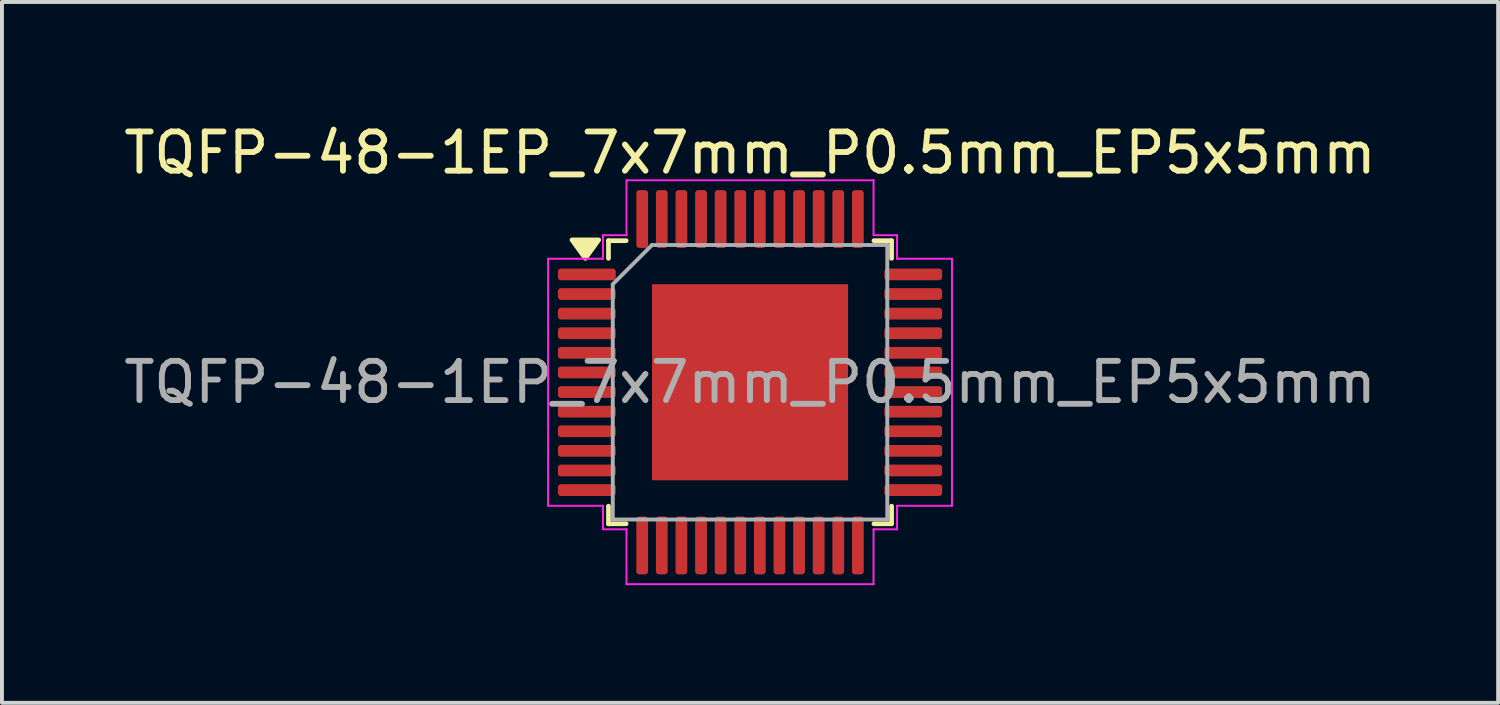
<source format=kicad_pcb>
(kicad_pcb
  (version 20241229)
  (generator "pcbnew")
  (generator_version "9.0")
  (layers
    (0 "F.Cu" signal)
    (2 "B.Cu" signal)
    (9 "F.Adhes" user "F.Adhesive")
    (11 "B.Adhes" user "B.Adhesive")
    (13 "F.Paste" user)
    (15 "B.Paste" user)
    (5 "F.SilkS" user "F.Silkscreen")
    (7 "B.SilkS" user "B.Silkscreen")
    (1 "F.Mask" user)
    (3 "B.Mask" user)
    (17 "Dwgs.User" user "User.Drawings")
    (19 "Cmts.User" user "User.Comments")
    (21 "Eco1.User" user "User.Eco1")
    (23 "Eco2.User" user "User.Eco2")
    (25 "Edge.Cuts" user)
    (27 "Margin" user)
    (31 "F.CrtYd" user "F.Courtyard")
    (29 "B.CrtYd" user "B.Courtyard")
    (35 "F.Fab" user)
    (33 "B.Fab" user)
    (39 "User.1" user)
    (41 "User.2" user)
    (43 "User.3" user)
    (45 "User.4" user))
  (footprint "TQFP-48-1EP_7x7mm_P0.5mm_EP5x5mm"
    (layer "F.Cu")
    (at 16.077 6.698)
    (property "Reference" "TQFP-48-1EP_7x7mm_P0.5mm_EP5x5mm" (at 0 -5.85 0) (layer "F.SilkS") (effects (font (size 1 1) (thickness 0.15))))
    (attr smd)
    (fp_line (start -3.61 -3.61) (end -3.61 -3.16) (stroke (width 0.12) (type solid)) (layer "F.SilkS"))
    (fp_line (start -3.61 3.61) (end -3.61 3.16) (stroke (width 0.12) (type solid)) (layer "F.SilkS"))
    (fp_line (start -3.16 -3.61) (end -3.61 -3.61) (stroke (width 0.12) (type solid)) (layer "F.SilkS"))
    (fp_line (start -3.16 3.61) (end -3.61 3.61) (stroke (width 0.12) (type solid)) (layer "F.SilkS"))
    (fp_line (start 3.16 -3.61) (end 3.61 -3.61) (stroke (width 0.12) (type solid)) (layer "F.SilkS"))
    (fp_line (start 3.16 3.61) (end 3.61 3.61) (stroke (width 0.12) (type solid)) (layer "F.SilkS"))
    (fp_line (start 3.61 -3.61) (end 3.61 -3.16) (stroke (width 0.12) (type solid)) (layer "F.SilkS"))
    (fp_line (start 3.61 3.61) (end 3.61 3.16) (stroke (width 0.12) (type solid)) (layer "F.SilkS"))
    (fp_poly (pts (xy -4.2 -3.16) (xy -4.54 -3.63) (xy -3.86 -3.63)) (stroke (width 0.12) (type solid)) (fill yes) (layer "F.SilkS"))
    (fp_line (start -5.15 -3.15) (end -3.75 -3.15) (stroke (width 0.05) (type solid)) (layer "F.CrtYd"))
    (fp_line (start -5.15 3.15) (end -5.15 -3.15) (stroke (width 0.05) (type solid)) (layer "F.CrtYd"))
    (fp_line (start -3.75 -3.75) (end -3.15 -3.75) (stroke (width 0.05) (type solid)) (layer "F.CrtYd"))
    (fp_line (start -3.75 -3.15) (end -3.75 -3.75) (stroke (width 0.05) (type solid)) (layer "F.CrtYd"))
    (fp_line (start -3.75 3.15) (end -5.15 3.15) (stroke (width 0.05) (type solid)) (layer "F.CrtYd"))
    (fp_line (start -3.75 3.75) (end -3.75 3.15) (stroke (width 0.05) (type solid)) (layer "F.CrtYd"))
    (fp_line (start -3.15 -5.15) (end 3.15 -5.15) (stroke (width 0.05) (type solid)) (layer "F.CrtYd"))
    (fp_line (start -3.15 -3.75) (end -3.15 -5.15) (stroke (width 0.05) (type solid)) (layer "F.CrtYd"))
    (fp_line (start -3.15 3.75) (end -3.75 3.75) (stroke (width 0.05) (type solid)) (layer "F.CrtYd"))
    (fp_line (start -3.15 5.15) (end -3.15 3.75) (stroke (width 0.05) (type solid)) (layer "F.CrtYd"))
    (fp_line (start 3.15 -5.15) (end 3.15 -3.75) (stroke (width 0.05) (type solid)) (layer "F.CrtYd"))
    (fp_line (start 3.15 -3.75) (end 3.75 -3.75) (stroke (width 0.05) (type solid)) (layer "F.CrtYd"))
    (fp_line (start 3.15 3.75) (end 3.15 5.15) (stroke (width 0.05) (type solid)) (layer "F.CrtYd"))
    (fp_line (start 3.15 5.15) (end -3.15 5.15) (stroke (width 0.05) (type solid)) (layer "F.CrtYd"))
    (fp_line (start 3.75 -3.75) (end 3.75 -3.15) (stroke (width 0.05) (type solid)) (layer "F.CrtYd"))
    (fp_line (start 3.75 -3.15) (end 5.15 -3.15) (stroke (width 0.05) (type solid)) (layer "F.CrtYd"))
    (fp_line (start 3.75 3.15) (end 3.75 3.75) (stroke (width 0.05) (type solid)) (layer "F.CrtYd"))
    (fp_line (start 3.75 3.75) (end 3.15 3.75) (stroke (width 0.05) (type solid)) (layer "F.CrtYd"))
    (fp_line (start 5.15 -3.15) (end 5.15 3.15) (stroke (width 0.05) (type solid)) (layer "F.CrtYd"))
    (fp_line (start 5.15 3.15) (end 3.75 3.15) (stroke (width 0.05) (type solid)) (layer "F.CrtYd"))
    (fp_line (start -3.5 -2.5) (end -2.5 -3.5) (stroke (width 0.1) (type solid)) (layer "F.Fab"))
    (fp_line (start -3.5 3.5) (end -3.5 -2.5) (stroke (width 0.1) (type solid)) (layer "F.Fab"))
    (fp_line (start -2.5 -3.5) (end 3.5 -3.5) (stroke (width 0.1) (type solid)) (layer "F.Fab"))
    (fp_line (start 3.5 -3.5) (end 3.5 3.5) (stroke (width 0.1) (type solid)) (layer "F.Fab"))
    (fp_line (start 3.5 3.5) (end -3.5 3.5) (stroke (width 0.1) (type solid)) (layer "F.Fab"))
    (fp_text user "${REFERENCE}" (at 0 0 0) (layer "F.Fab") (effects (font (size 1 1) (thickness 0.15))))
    (pad "" smd roundrect (at -1.875 -1.875) (size 1.01 1.01) (layers "F.Paste") (roundrect_rratio 0.248))
    (pad "" smd roundrect (at -1.875 -0.625) (size 1.01 1.01) (layers "F.Paste") (roundrect_rratio 0.248))
    (pad "" smd roundrect (at -1.875 0.625) (size 1.01 1.01) (layers "F.Paste") (roundrect_rratio 0.248))
    (pad "" smd roundrect (at -1.875 1.875) (size 1.01 1.01) (layers "F.Paste") (roundrect_rratio 0.248))
    (pad "" smd roundrect (at -0.625 -1.875) (size 1.01 1.01) (layers "F.Paste") (roundrect_rratio 0.248))
    (pad "" smd roundrect (at -0.625 -0.625) (size 1.01 1.01) (layers "F.Paste") (roundrect_rratio 0.248))
    (pad "" smd roundrect (at -0.625 0.625) (size 1.01 1.01) (layers "F.Paste") (roundrect_rratio 0.248))
    (pad "" smd roundrect (at -0.625 1.875) (size 1.01 1.01) (layers "F.Paste") (roundrect_rratio 0.248))
    (pad "" smd roundrect (at 0.625 -1.875) (size 1.01 1.01) (layers "F.Paste") (roundrect_rratio 0.248))
    (pad "" smd roundrect (at 0.625 -0.625) (size 1.01 1.01) (layers "F.Paste") (roundrect_rratio 0.248))
    (pad "" smd roundrect (at 0.625 0.625) (size 1.01 1.01) (layers "F.Paste") (roundrect_rratio 0.248))
    (pad "" smd roundrect (at 0.625 1.875) (size 1.01 1.01) (layers "F.Paste") (roundrect_rratio 0.248))
    (pad "" smd roundrect (at 1.875 -1.875) (size 1.01 1.01) (layers "F.Paste") (roundrect_rratio 0.248))
    (pad "" smd roundrect (at 1.875 -0.625) (size 1.01 1.01) (layers "F.Paste") (roundrect_rratio 0.248))
    (pad "" smd roundrect (at 1.875 0.625) (size 1.01 1.01) (layers "F.Paste") (roundrect_rratio 0.248))
    (pad "" smd roundrect (at 1.875 1.875) (size 1.01 1.01) (layers "F.Paste") (roundrect_rratio 0.248))
    (pad "1" smd roundrect (at -4.162 -2.75) (size 1.475 0.3) (layers "F.Cu" "F.Mask" "F.Paste") (roundrect_rratio 0.25))
    (pad "2" smd roundrect (at -4.162 -2.25) (size 1.475 0.3) (layers "F.Cu" "F.Mask" "F.Paste") (roundrect_rratio 0.25))
    (pad "3" smd roundrect (at -4.162 -1.75) (size 1.475 0.3) (layers "F.Cu" "F.Mask" "F.Paste") (roundrect_rratio 0.25))
    (pad "4" smd roundrect (at -4.162 -1.25) (size 1.475 0.3) (layers "F.Cu" "F.Mask" "F.Paste") (roundrect_rratio 0.25))
    (pad "5" smd roundrect (at -4.162 -0.75) (size 1.475 0.3) (layers "F.Cu" "F.Mask" "F.Paste") (roundrect_rratio 0.25))
    (pad "6" smd roundrect (at -4.162 -0.25) (size 1.475 0.3) (layers "F.Cu" "F.Mask" "F.Paste") (roundrect_rratio 0.25))
    (pad "7" smd roundrect (at -4.162 0.25) (size 1.475 0.3) (layers "F.Cu" "F.Mask" "F.Paste") (roundrect_rratio 0.25))
    (pad "8" smd roundrect (at -4.162 0.75) (size 1.475 0.3) (layers "F.Cu" "F.Mask" "F.Paste") (roundrect_rratio 0.25))
    (pad "9" smd roundrect (at -4.162 1.25) (size 1.475 0.3) (layers "F.Cu" "F.Mask" "F.Paste") (roundrect_rratio 0.25))
    (pad "10" smd roundrect (at -4.162 1.75) (size 1.475 0.3) (layers "F.Cu" "F.Mask" "F.Paste") (roundrect_rratio 0.25))
    (pad "11" smd roundrect (at -4.162 2.25) (size 1.475 0.3) (layers "F.Cu" "F.Mask" "F.Paste") (roundrect_rratio 0.25))
    (pad "12" smd roundrect (at -4.162 2.75) (size 1.475 0.3) (layers "F.Cu" "F.Mask" "F.Paste") (roundrect_rratio 0.25))
    (pad "13" smd roundrect (at -2.75 4.162) (size 0.3 1.475) (layers "F.Cu" "F.Mask" "F.Paste") (roundrect_rratio 0.25))
    (pad "14" smd roundrect (at -2.25 4.162) (size 0.3 1.475) (layers "F.Cu" "F.Mask" "F.Paste") (roundrect_rratio 0.25))
    (pad "15" smd roundrect (at -1.75 4.162) (size 0.3 1.475) (layers "F.Cu" "F.Mask" "F.Paste") (roundrect_rratio 0.25))
    (pad "16" smd roundrect (at -1.25 4.162) (size 0.3 1.475) (layers "F.Cu" "F.Mask" "F.Paste") (roundrect_rratio 0.25))
    (pad "17" smd roundrect (at -0.75 4.162) (size 0.3 1.475) (layers "F.Cu" "F.Mask" "F.Paste") (roundrect_rratio 0.25))
    (pad "18" smd roundrect (at -0.25 4.162) (size 0.3 1.475) (layers "F.Cu" "F.Mask" "F.Paste") (roundrect_rratio 0.25))
    (pad "19" smd roundrect (at 0.25 4.162) (size 0.3 1.475) (layers "F.Cu" "F.Mask" "F.Paste") (roundrect_rratio 0.25))
    (pad "20" smd roundrect (at 0.75 4.162) (size 0.3 1.475) (layers "F.Cu" "F.Mask" "F.Paste") (roundrect_rratio 0.25))
    (pad "21" smd roundrect (at 1.25 4.162) (size 0.3 1.475) (layers "F.Cu" "F.Mask" "F.Paste") (roundrect_rratio 0.25))
    (pad "22" smd roundrect (at 1.75 4.162) (size 0.3 1.475) (layers "F.Cu" "F.Mask" "F.Paste") (roundrect_rratio 0.25))
    (pad "23" smd roundrect (at 2.25 4.162) (size 0.3 1.475) (layers "F.Cu" "F.Mask" "F.Paste") (roundrect_rratio 0.25))
    (pad "24" smd roundrect (at 2.75 4.162) (size 0.3 1.475) (layers "F.Cu" "F.Mask" "F.Paste") (roundrect_rratio 0.25))
    (pad "25" smd roundrect (at 4.162 2.75) (size 1.475 0.3) (layers "F.Cu" "F.Mask" "F.Paste") (roundrect_rratio 0.25))
    (pad "26" smd roundrect (at 4.162 2.25) (size 1.475 0.3) (layers "F.Cu" "F.Mask" "F.Paste") (roundrect_rratio 0.25))
    (pad "27" smd roundrect (at 4.162 1.75) (size 1.475 0.3) (layers "F.Cu" "F.Mask" "F.Paste") (roundrect_rratio 0.25))
    (pad "28" smd roundrect (at 4.162 1.25) (size 1.475 0.3) (layers "F.Cu" "F.Mask" "F.Paste") (roundrect_rratio 0.25))
    (pad "29" smd roundrect (at 4.162 0.75) (size 1.475 0.3) (layers "F.Cu" "F.Mask" "F.Paste") (roundrect_rratio 0.25))
    (pad "30" smd roundrect (at 4.162 0.25) (size 1.475 0.3) (layers "F.Cu" "F.Mask" "F.Paste") (roundrect_rratio 0.25))
    (pad "31" smd roundrect (at 4.162 -0.25) (size 1.475 0.3) (layers "F.Cu" "F.Mask" "F.Paste") (roundrect_rratio 0.25))
    (pad "32" smd roundrect (at 4.162 -0.75) (size 1.475 0.3) (layers "F.Cu" "F.Mask" "F.Paste") (roundrect_rratio 0.25))
    (pad "33" smd roundrect (at 4.162 -1.25) (size 1.475 0.3) (layers "F.Cu" "F.Mask" "F.Paste") (roundrect_rratio 0.25))
    (pad "34" smd roundrect (at 4.162 -1.75) (size 1.475 0.3) (layers "F.Cu" "F.Mask" "F.Paste") (roundrect_rratio 0.25))
    (pad "35" smd roundrect (at 4.162 -2.25) (size 1.475 0.3) (layers "F.Cu" "F.Mask" "F.Paste") (roundrect_rratio 0.25))
    (pad "36" smd roundrect (at 4.162 -2.75) (size 1.475 0.3) (layers "F.Cu" "F.Mask" "F.Paste") (roundrect_rratio 0.25))
    (pad "37" smd roundrect (at 2.75 -4.162) (size 0.3 1.475) (layers "F.Cu" "F.Mask" "F.Paste") (roundrect_rratio 0.25))
    (pad "38" smd roundrect (at 2.25 -4.162) (size 0.3 1.475) (layers "F.Cu" "F.Mask" "F.Paste") (roundrect_rratio 0.25))
    (pad "39" smd roundrect (at 1.75 -4.162) (size 0.3 1.475) (layers "F.Cu" "F.Mask" "F.Paste") (roundrect_rratio 0.25))
    (pad "40" smd roundrect (at 1.25 -4.162) (size 0.3 1.475) (layers "F.Cu" "F.Mask" "F.Paste") (roundrect_rratio 0.25))
    (pad "41" smd roundrect (at 0.75 -4.162) (size 0.3 1.475) (layers "F.Cu" "F.Mask" "F.Paste") (roundrect_rratio 0.25))
    (pad "42" smd roundrect (at 0.25 -4.162) (size 0.3 1.475) (layers "F.Cu" "F.Mask" "F.Paste") (roundrect_rratio 0.25))
    (pad "43" smd roundrect (at -0.25 -4.162) (size 0.3 1.475) (layers "F.Cu" "F.Mask" "F.Paste") (roundrect_rratio 0.25))
    (pad "44" smd roundrect (at -0.75 -4.162) (size 0.3 1.475) (layers "F.Cu" "F.Mask" "F.Paste") (roundrect_rratio 0.25))
    (pad "45" smd roundrect (at -1.25 -4.162) (size 0.3 1.475) (layers "F.Cu" "F.Mask" "F.Paste") (roundrect_rratio 0.25))
    (pad "46" smd roundrect (at -1.75 -4.162) (size 0.3 1.475) (layers "F.Cu" "F.Mask" "F.Paste") (roundrect_rratio 0.25))
    (pad "47" smd roundrect (at -2.25 -4.162) (size 0.3 1.475) (layers "F.Cu" "F.Mask" "F.Paste") (roundrect_rratio 0.25))
    (pad "48" smd roundrect (at -2.75 -4.162) (size 0.3 1.475) (layers "F.Cu" "F.Mask" "F.Paste") (roundrect_rratio 0.25))
    (pad "49" smd rect (at 0 0) (size 5 5) (property pad_prop_heatsink) (layers "F.Cu" "F.Mask")))
  (gr_rect
    (start -3 -3)
    (end 35.155 14.873)
    (stroke (width 0.1) (type default))
    (fill no)
    (layer "Edge.Cuts")))
</source>
